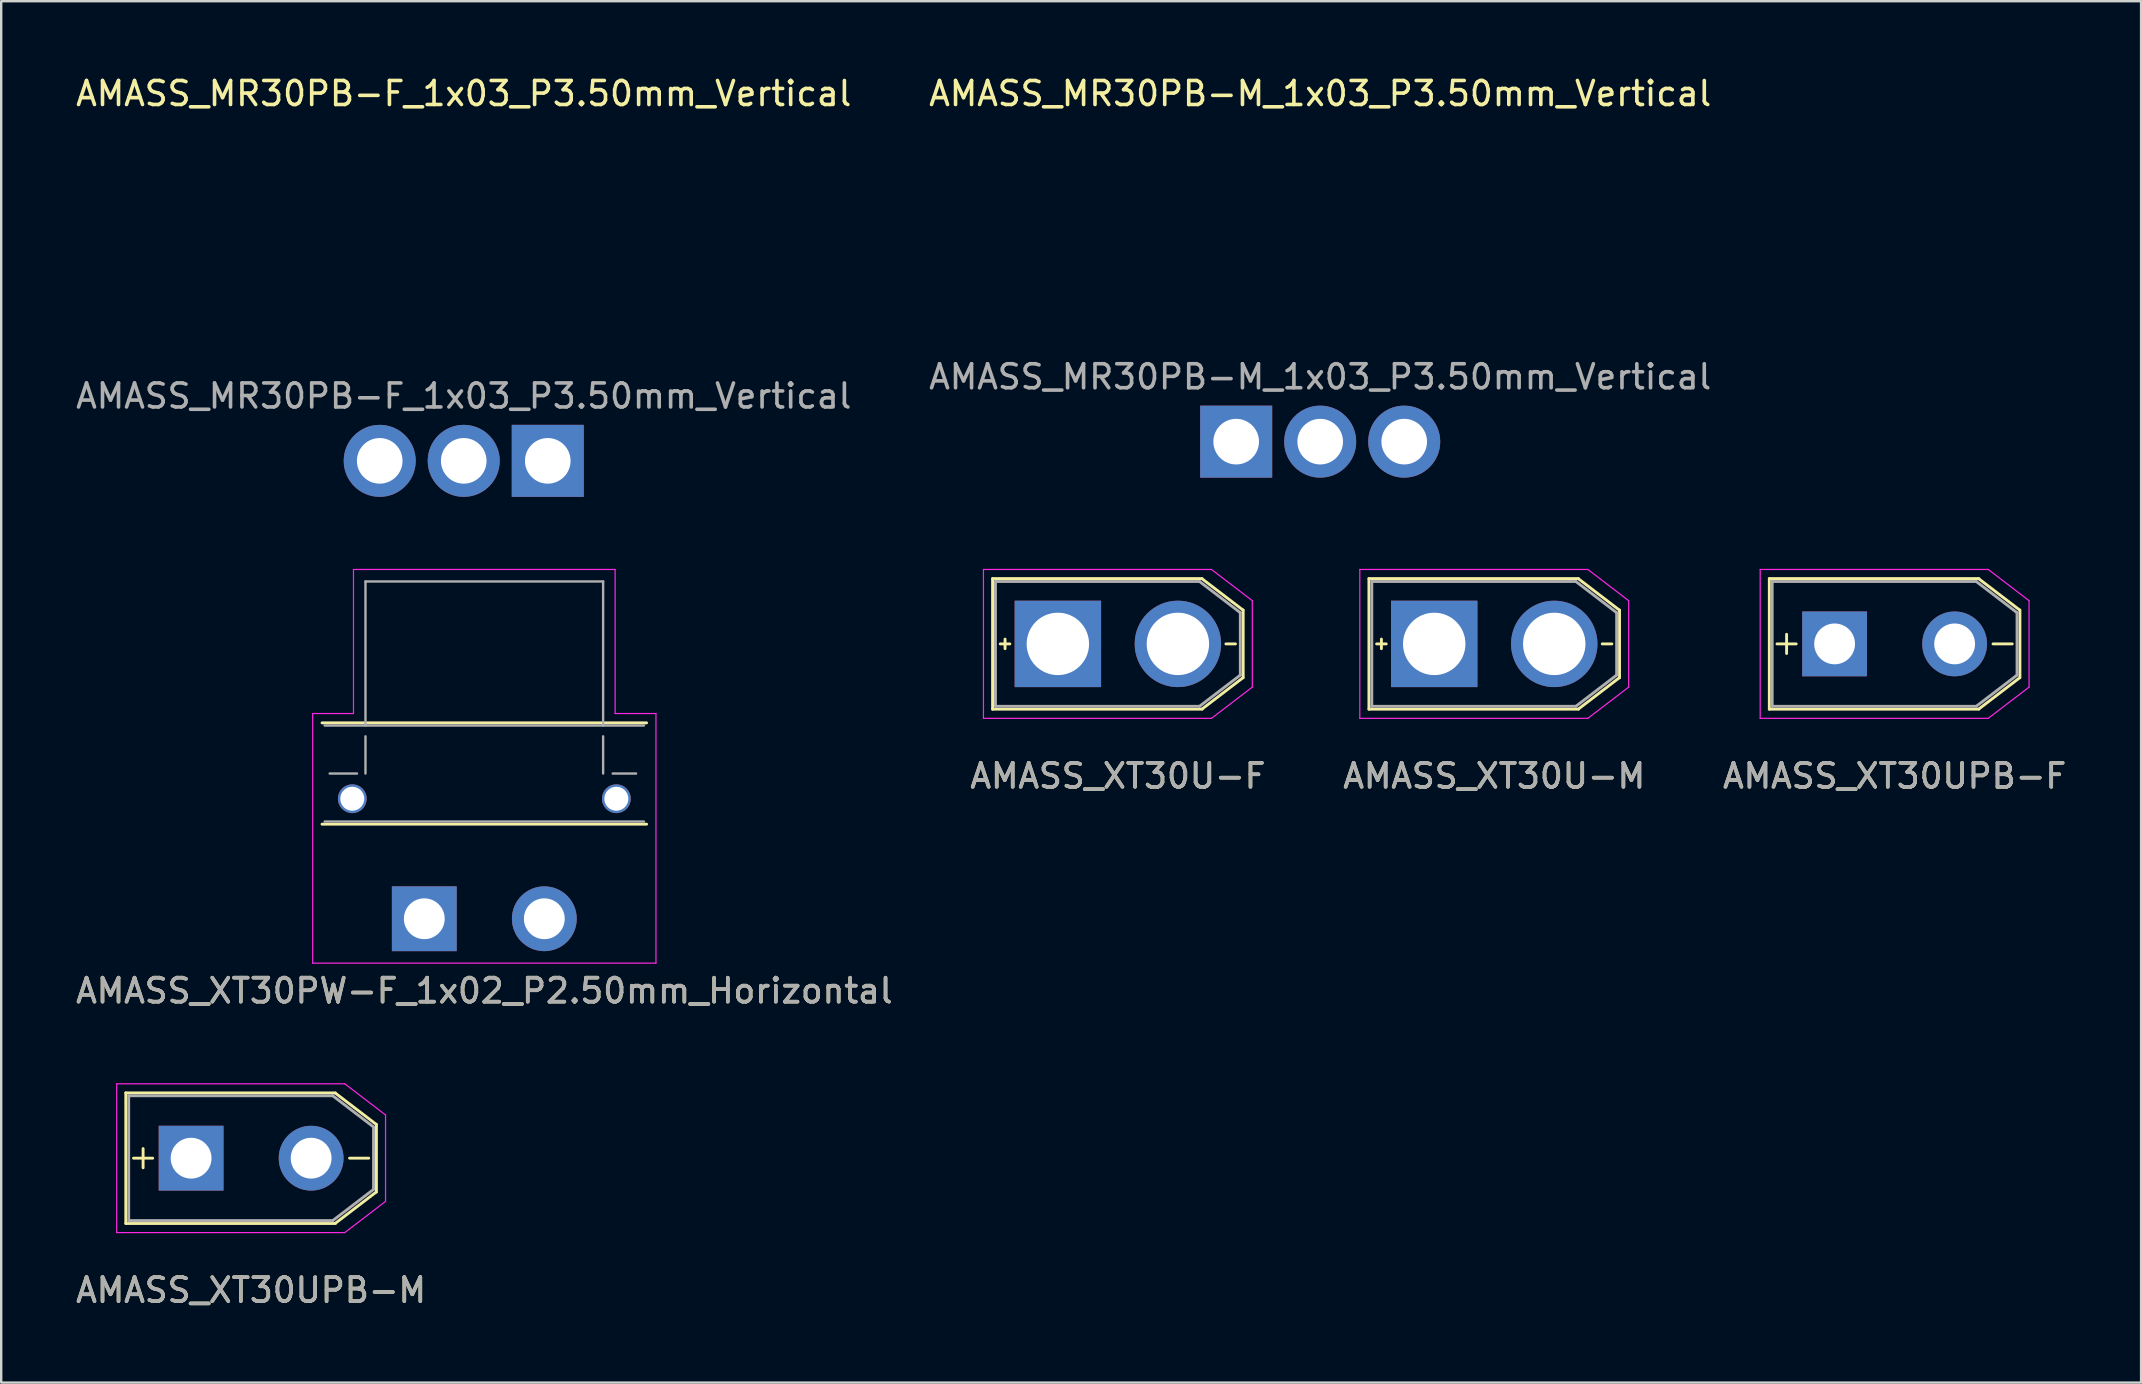
<source format=kicad_pcb>
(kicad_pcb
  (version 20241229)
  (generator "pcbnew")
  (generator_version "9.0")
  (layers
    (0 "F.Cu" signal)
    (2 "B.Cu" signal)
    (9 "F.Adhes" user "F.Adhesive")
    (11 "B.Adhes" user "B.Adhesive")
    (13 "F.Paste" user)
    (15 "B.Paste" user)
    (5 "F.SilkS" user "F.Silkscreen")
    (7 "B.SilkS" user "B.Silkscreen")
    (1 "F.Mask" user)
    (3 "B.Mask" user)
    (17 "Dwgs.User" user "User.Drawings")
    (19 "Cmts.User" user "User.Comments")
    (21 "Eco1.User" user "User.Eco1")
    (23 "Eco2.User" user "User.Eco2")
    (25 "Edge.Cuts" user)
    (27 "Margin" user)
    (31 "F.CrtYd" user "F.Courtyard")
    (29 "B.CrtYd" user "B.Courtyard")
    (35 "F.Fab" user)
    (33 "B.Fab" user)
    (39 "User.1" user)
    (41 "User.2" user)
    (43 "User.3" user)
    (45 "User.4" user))
  (footprint "AMASS_XT30U-M"
    (layer "F.Cu")
    (at 56.696 23.773)
    (property "Reference" "AMASS_XT30U-M" (at 2.5 5.5 0) (layer "F.SilkS") (effects (font (size 1 1) (thickness 0.15))))
    (attr through_hole)
    (fp_line (start -2.72 -2.72) (end -2.72 2.72) (stroke (width 0.12) (type solid)) (layer "F.SilkS"))
    (fp_line (start -2.72 -2.72) (end 6.01 -2.72) (stroke (width 0.12) (type solid)) (layer "F.SilkS"))
    (fp_line (start -2.72 2.72) (end 6.01 2.72) (stroke (width 0.12) (type solid)) (layer "F.SilkS"))
    (fp_line (start -2.4 0) (end -2 0) (stroke (width 0.12) (type solid)) (layer "F.SilkS"))
    (fp_line (start -2.2 -0.2) (end -2.2 0.2) (stroke (width 0.12) (type solid)) (layer "F.SilkS"))
    (fp_line (start 6.01 -2.71) (end 7.71 -1.41) (stroke (width 0.12) (type solid)) (layer "F.SilkS"))
    (fp_line (start 6.01 2.71) (end 7.71 1.41) (stroke (width 0.12) (type solid)) (layer "F.SilkS"))
    (fp_line (start 7 0) (end 7.4 0) (stroke (width 0.12) (type solid)) (layer "F.SilkS"))
    (fp_line (start 7.72 -1.41) (end 7.72 1.41) (stroke (width 0.12) (type solid)) (layer "F.SilkS"))
    (fp_line (start -3.1 -3.1) (end -3.1 3.1) (stroke (width 0.05) (type solid)) (layer "F.CrtYd"))
    (fp_line (start -3.1 -3.1) (end 6.4 -3.1) (stroke (width 0.05) (type solid)) (layer "F.CrtYd"))
    (fp_line (start -3.1 3.1) (end 6.4 3.1) (stroke (width 0.05) (type solid)) (layer "F.CrtYd"))
    (fp_line (start 6.4 -3.1) (end 8.1 -1.8) (stroke (width 0.05) (type solid)) (layer "F.CrtYd"))
    (fp_line (start 6.4 3.1) (end 8.1 1.8) (stroke (width 0.05) (type solid)) (layer "F.CrtYd"))
    (fp_line (start 8.1 -1.8) (end 8.1 1.8) (stroke (width 0.05) (type solid)) (layer "F.CrtYd"))
    (fp_line (start -2.6 -2.6) (end -2.6 2.6) (stroke (width 0.12) (type solid)) (layer "F.Fab"))
    (fp_line (start -2.6 -2.6) (end 5.9 -2.6) (stroke (width 0.12) (type solid)) (layer "F.Fab"))
    (fp_line (start -2.6 2.6) (end 5.9 2.6) (stroke (width 0.12) (type solid)) (layer "F.Fab"))
    (fp_line (start 5.9 -2.6) (end 7.6 -1.3) (stroke (width 0.12) (type solid)) (layer "F.Fab"))
    (fp_line (start 5.9 2.6) (end 7.6 1.3) (stroke (width 0.12) (type solid)) (layer "F.Fab"))
    (fp_line (start 7.6 -1.3) (end 7.6 1.3) (stroke (width 0.12) (type solid)) (layer "F.Fab"))
    (fp_text user "${REFERENCE}" (at 2.5 5.5 0) (layer "F.Fab") (effects (font (size 1 1) (thickness 0.15))))
    (pad "1" thru_hole rect (at 0 0) (size 3.6 3.6) (drill 2.6) (layers "*.Cu" "*.Mask"))
    (pad "2" thru_hole circle (at 5 0) (size 3.6 3.6) (drill 2.6) (layers "*.Cu" "*.Mask")))
  (footprint "AMASS_XT30PW-F_1x02_P2.50mm_Horizontal"
    (layer "F.Cu")
    (at 14.625 35.223)
    (property "Reference" "AMASS_XT30PW-F_1x02_P2.50mm_Horizontal" (at 2.5 3 0) (layer "F.SilkS") (effects (font (size 1 1) (thickness 0.15))))
    (attr through_hole)
    (fp_line (start -4.26 -8.16) (end 9.26 -8.16) (stroke (width 0.12) (type solid)) (layer "F.SilkS"))
    (fp_line (start -4.26 -3.94) (end 9.26 -3.94) (stroke (width 0.12) (type solid)) (layer "F.SilkS"))
    (fp_line (start -4.65 -8.55) (end -4.65 1.85) (stroke (width 0.05) (type solid)) (layer "F.CrtYd"))
    (fp_line (start -4.65 -8.55) (end -2.95 -8.55) (stroke (width 0.05) (type solid)) (layer "F.CrtYd"))
    (fp_line (start -4.65 1.85) (end 9.65 1.85) (stroke (width 0.05) (type solid)) (layer "F.CrtYd"))
    (fp_line (start -2.95 -14.55) (end -2.95 -8.55) (stroke (width 0.05) (type solid)) (layer "F.CrtYd"))
    (fp_line (start -2.95 -14.55) (end 7.95 -14.55) (stroke (width 0.05) (type solid)) (layer "F.CrtYd"))
    (fp_line (start 7.95 -14.55) (end 7.95 -8.55) (stroke (width 0.05) (type solid)) (layer "F.CrtYd"))
    (fp_line (start 7.95 -8.55) (end 9.65 -8.55) (stroke (width 0.05) (type solid)) (layer "F.CrtYd"))
    (fp_line (start 9.65 -8.55) (end 9.65 1.85) (stroke (width 0.05) (type solid)) (layer "F.CrtYd"))
    (fp_line (start -4.15 -8.05) (end 9.15 -8.05) (stroke (width 0.1) (type solid)) (layer "F.Fab"))
    (fp_line (start -4.15 -4.05) (end 9.15 -4.05) (stroke (width 0.1) (type solid)) (layer "F.Fab"))
    (fp_line (start -3.942 -6.05) (end -2.804 -6.05) (stroke (width 0.1) (type solid)) (layer "F.Fab"))
    (fp_line (start -2.45 -14.05) (end -2.45 -8.05) (stroke (width 0.1) (type solid)) (layer "F.Fab"))
    (fp_line (start -2.45 -14.05) (end 7.45 -14.05) (stroke (width 0.1) (type solid)) (layer "F.Fab"))
    (fp_line (start -2.45 -7.6) (end -2.45 -6.05) (stroke (width 0.1) (type solid)) (layer "F.Fab"))
    (fp_line (start 7.45 -14.05) (end 7.45 -8.05) (stroke (width 0.1) (type solid)) (layer "F.Fab"))
    (fp_line (start 7.45 -7.6) (end 7.45 -6.05) (stroke (width 0.1) (type solid)) (layer "F.Fab"))
    (fp_line (start 7.849 -6.05) (end 8.824 -6.05) (stroke (width 0.1) (type solid)) (layer "F.Fab"))
    (fp_text user "${REFERENCE}" (at 2.5 3 0) (layer "F.Fab") (effects (font (size 1 1) (thickness 0.15))))
    (pad "" thru_hole circle (at -3 -5 90) (size 1.2 1.2) (drill 1) (layers "*.Cu" "*.Mask"))
    (pad "" thru_hole circle (at 8 -5) (size 1.2 1.2) (drill 1) (layers "*.Cu" "*.Mask"))
    (pad "1" thru_hole rect (at 0 0) (size 2.7 2.7) (drill 1.7) (layers "*.Cu" "*.Mask"))
    (pad "2" thru_hole circle (at 5 0) (size 2.7 2.7) (drill 1.7) (layers "*.Cu" "*.Mask")))
  (footprint "AMASS_MR30PB-M_1x03_P3.50mm_Vertical"
    (layer "F.Cu")
    (at 48.446 15.348)
    (property "Reference" "AMASS_MR30PB-M_1x03_P3.50mm_Vertical" (at 3.5 -14.5 0) (layer "F.SilkS") (effects (font (size 1 1) (thickness 0.15))))
    (attr through_hole)
    (fp_text user "${REFERENCE}" (at 3.5 -2.7 0) (layer "F.Fab") (effects (font (size 1 1) (thickness 0.15))))
    (pad "1" thru_hole rect (at 0 0) (size 3 3) (drill 1.9) (layers "*.Cu" "*.Mask"))
    (pad "2" thru_hole circle (at 3.5 0) (size 3 3) (drill 1.9) (layers "*.Cu" "*.Mask"))
    (pad "3" thru_hole circle (at 7 0) (size 3 3) (drill 1.9) (layers "*.Cu" "*.Mask")))
  (footprint "AMASS_XT30UPB-M"
    (layer "F.Cu")
    (at 4.911 45.197)
    (property "Reference" "AMASS_XT30UPB-M" (at 2.5 5.5 0) (layer "F.SilkS") (effects (font (size 1 1) (thickness 0.15))))
    (attr through_hole)
    (fp_line (start -2.72 -2.72) (end -2.72 2.72) (stroke (width 0.12) (type solid)) (layer "F.SilkS"))
    (fp_line (start -2.72 -2.72) (end 6.01 -2.72) (stroke (width 0.12) (type solid)) (layer "F.SilkS"))
    (fp_line (start -2.72 2.72) (end 6.01 2.72) (stroke (width 0.12) (type solid)) (layer "F.SilkS"))
    (fp_line (start -2.4 0) (end -1.6 0) (stroke (width 0.12) (type solid)) (layer "F.SilkS"))
    (fp_line (start -2 -0.4) (end -2 0.4) (stroke (width 0.12) (type solid)) (layer "F.SilkS"))
    (fp_line (start 6.01 -2.71) (end 7.71 -1.41) (stroke (width 0.12) (type solid)) (layer "F.SilkS"))
    (fp_line (start 6.01 2.71) (end 7.71 1.41) (stroke (width 0.12) (type solid)) (layer "F.SilkS"))
    (fp_line (start 6.6 0) (end 7.4 0) (stroke (width 0.12) (type solid)) (layer "F.SilkS"))
    (fp_line (start 7.72 -1.41) (end 7.72 1.41) (stroke (width 0.12) (type solid)) (layer "F.SilkS"))
    (fp_line (start -3.1 -3.1) (end -3.1 3.1) (stroke (width 0.05) (type solid)) (layer "F.CrtYd"))
    (fp_line (start -3.1 -3.1) (end 6.4 -3.1) (stroke (width 0.05) (type solid)) (layer "F.CrtYd"))
    (fp_line (start -3.1 3.1) (end 6.4 3.1) (stroke (width 0.05) (type solid)) (layer "F.CrtYd"))
    (fp_line (start 6.4 -3.1) (end 8.1 -1.8) (stroke (width 0.05) (type solid)) (layer "F.CrtYd"))
    (fp_line (start 6.4 3.1) (end 8.1 1.8) (stroke (width 0.05) (type solid)) (layer "F.CrtYd"))
    (fp_line (start 8.1 -1.8) (end 8.1 1.8) (stroke (width 0.05) (type solid)) (layer "F.CrtYd"))
    (fp_line (start -2.6 -2.6) (end -2.6 2.6) (stroke (width 0.12) (type solid)) (layer "F.Fab"))
    (fp_line (start -2.6 -2.6) (end 5.9 -2.6) (stroke (width 0.12) (type solid)) (layer "F.Fab"))
    (fp_line (start -2.6 2.6) (end 5.9 2.6) (stroke (width 0.12) (type solid)) (layer "F.Fab"))
    (fp_line (start 5.9 -2.6) (end 7.6 -1.3) (stroke (width 0.12) (type solid)) (layer "F.Fab"))
    (fp_line (start 5.9 2.6) (end 7.6 1.3) (stroke (width 0.12) (type solid)) (layer "F.Fab"))
    (fp_line (start 7.6 -1.3) (end 7.6 1.3) (stroke (width 0.12) (type solid)) (layer "F.Fab"))
    (fp_text user "${REFERENCE}" (at 2.5 5.5 0) (layer "F.Fab") (effects (font (size 1 1) (thickness 0.15))))
    (pad "1" thru_hole rect (at 0 0) (size 2.7 2.7) (drill 1.7) (layers "*.Cu" "*.Mask"))
    (pad "2" thru_hole circle (at 5 0) (size 2.7 2.7) (drill 1.7) (layers "*.Cu" "*.Mask")))
  (footprint "AMASS_MR30PB-F_1x03_P3.50mm_Vertical"
    (layer "F.Cu")
    (at 19.768 16.148)
    (property "Reference" "AMASS_MR30PB-F_1x03_P3.50mm_Vertical" (at -3.5 -15.3 0) (layer "F.SilkS") (effects (font (size 1 1) (thickness 0.15))))
    (attr through_hole)
    (fp_text user "${REFERENCE}" (at -3.5 -2.7 0) (layer "F.Fab") (effects (font (size 1 1) (thickness 0.15))))
    (pad "1" thru_hole rect (at 0 0) (size 3 3) (drill 1.9) (layers "*.Cu" "*.Mask"))
    (pad "2" thru_hole circle (at -3.5 0) (size 3 3) (drill 1.9) (layers "*.Cu" "*.Mask"))
    (pad "3" thru_hole circle (at -7 0) (size 3 3) (drill 1.9) (layers "*.Cu" "*.Mask")))
  (footprint "AMASS_XT30U-F"
    (layer "F.Cu")
    (at 41.018 23.773)
    (property "Reference" "AMASS_XT30U-F" (at 2.5 5.5 0) (layer "F.SilkS") (effects (font (size 1 1) (thickness 0.15))))
    (attr through_hole)
    (fp_line (start -2.72 -2.72) (end -2.72 2.72) (stroke (width 0.12) (type solid)) (layer "F.SilkS"))
    (fp_line (start -2.72 -2.72) (end 6.01 -2.72) (stroke (width 0.12) (type solid)) (layer "F.SilkS"))
    (fp_line (start -2.72 2.72) (end 6.01 2.72) (stroke (width 0.12) (type solid)) (layer "F.SilkS"))
    (fp_line (start -2.4 0) (end -2 0) (stroke (width 0.12) (type solid)) (layer "F.SilkS"))
    (fp_line (start -2.2 -0.2) (end -2.2 0.2) (stroke (width 0.12) (type solid)) (layer "F.SilkS"))
    (fp_line (start 6.01 -2.71) (end 7.71 -1.41) (stroke (width 0.12) (type solid)) (layer "F.SilkS"))
    (fp_line (start 6.01 2.71) (end 7.71 1.41) (stroke (width 0.12) (type solid)) (layer "F.SilkS"))
    (fp_line (start 7 0) (end 7.4 0) (stroke (width 0.12) (type solid)) (layer "F.SilkS"))
    (fp_line (start 7.72 -1.41) (end 7.72 1.41) (stroke (width 0.12) (type solid)) (layer "F.SilkS"))
    (fp_line (start -3.1 -3.1) (end -3.1 3.1) (stroke (width 0.05) (type solid)) (layer "F.CrtYd"))
    (fp_line (start -3.1 -3.1) (end 6.4 -3.1) (stroke (width 0.05) (type solid)) (layer "F.CrtYd"))
    (fp_line (start -3.1 3.1) (end 6.4 3.1) (stroke (width 0.05) (type solid)) (layer "F.CrtYd"))
    (fp_line (start 6.4 -3.1) (end 8.1 -1.8) (stroke (width 0.05) (type solid)) (layer "F.CrtYd"))
    (fp_line (start 6.4 3.1) (end 8.1 1.8) (stroke (width 0.05) (type solid)) (layer "F.CrtYd"))
    (fp_line (start 8.1 -1.8) (end 8.1 1.8) (stroke (width 0.05) (type solid)) (layer "F.CrtYd"))
    (fp_line (start -2.6 -2.6) (end -2.6 2.6) (stroke (width 0.12) (type solid)) (layer "F.Fab"))
    (fp_line (start -2.6 -2.6) (end 5.9 -2.6) (stroke (width 0.12) (type solid)) (layer "F.Fab"))
    (fp_line (start -2.6 2.6) (end 5.9 2.6) (stroke (width 0.12) (type solid)) (layer "F.Fab"))
    (fp_line (start 5.9 -2.6) (end 7.6 -1.3) (stroke (width 0.12) (type solid)) (layer "F.Fab"))
    (fp_line (start 5.9 2.6) (end 7.6 1.3) (stroke (width 0.12) (type solid)) (layer "F.Fab"))
    (fp_line (start 7.6 -1.3) (end 7.6 1.3) (stroke (width 0.12) (type solid)) (layer "F.Fab"))
    (fp_text user "${REFERENCE}" (at 2.5 5.5 0) (layer "F.Fab") (effects (font (size 1 1) (thickness 0.15))))
    (pad "1" thru_hole rect (at 0 0) (size 3.6 3.6) (drill 2.6) (layers "*.Cu" "*.Mask"))
    (pad "2" thru_hole circle (at 5 0) (size 3.6 3.6) (drill 2.6) (layers "*.Cu" "*.Mask")))
  (footprint "AMASS_XT30UPB-F"
    (layer "F.Cu")
    (at 73.375 23.773)
    (property "Reference" "AMASS_XT30UPB-F" (at 2.5 5.5 0) (layer "F.SilkS") (effects (font (size 1 1) (thickness 0.15))))
    (attr through_hole)
    (fp_line (start -2.72 -2.72) (end -2.72 2.72) (stroke (width 0.12) (type solid)) (layer "F.SilkS"))
    (fp_line (start -2.72 -2.72) (end 6.01 -2.72) (stroke (width 0.12) (type solid)) (layer "F.SilkS"))
    (fp_line (start -2.72 2.72) (end 6.01 2.72) (stroke (width 0.12) (type solid)) (layer "F.SilkS"))
    (fp_line (start -2.4 0) (end -1.6 0) (stroke (width 0.12) (type solid)) (layer "F.SilkS"))
    (fp_line (start -2 -0.4) (end -2 0.4) (stroke (width 0.12) (type solid)) (layer "F.SilkS"))
    (fp_line (start 6.01 -2.71) (end 7.71 -1.41) (stroke (width 0.12) (type solid)) (layer "F.SilkS"))
    (fp_line (start 6.01 2.71) (end 7.71 1.41) (stroke (width 0.12) (type solid)) (layer "F.SilkS"))
    (fp_line (start 6.6 0) (end 7.4 0) (stroke (width 0.12) (type solid)) (layer "F.SilkS"))
    (fp_line (start 7.72 -1.41) (end 7.72 1.41) (stroke (width 0.12) (type solid)) (layer "F.SilkS"))
    (fp_line (start -3.1 -3.1) (end -3.1 3.1) (stroke (width 0.05) (type solid)) (layer "F.CrtYd"))
    (fp_line (start -3.1 -3.1) (end 6.4 -3.1) (stroke (width 0.05) (type solid)) (layer "F.CrtYd"))
    (fp_line (start -3.1 3.1) (end 6.4 3.1) (stroke (width 0.05) (type solid)) (layer "F.CrtYd"))
    (fp_line (start 6.4 -3.1) (end 8.1 -1.8) (stroke (width 0.05) (type solid)) (layer "F.CrtYd"))
    (fp_line (start 6.4 3.1) (end 8.1 1.8) (stroke (width 0.05) (type solid)) (layer "F.CrtYd"))
    (fp_line (start 8.1 -1.8) (end 8.1 1.8) (stroke (width 0.05) (type solid)) (layer "F.CrtYd"))
    (fp_line (start -2.6 -2.6) (end -2.6 2.6) (stroke (width 0.12) (type solid)) (layer "F.Fab"))
    (fp_line (start -2.6 -2.6) (end 5.9 -2.6) (stroke (width 0.12) (type solid)) (layer "F.Fab"))
    (fp_line (start -2.6 2.6) (end 5.9 2.6) (stroke (width 0.12) (type solid)) (layer "F.Fab"))
    (fp_line (start 5.9 -2.6) (end 7.6 -1.3) (stroke (width 0.12) (type solid)) (layer "F.Fab"))
    (fp_line (start 5.9 2.6) (end 7.6 1.3) (stroke (width 0.12) (type solid)) (layer "F.Fab"))
    (fp_line (start 7.6 -1.3) (end 7.6 1.3) (stroke (width 0.12) (type solid)) (layer "F.Fab"))
    (fp_text user "${REFERENCE}" (at 2.5 5.5 0) (layer "F.Fab") (effects (font (size 1 1) (thickness 0.15))))
    (pad "1" thru_hole rect (at 0 0) (size 2.7 2.7) (drill 1.7) (layers "*.Cu" "*.Mask"))
    (pad "2" thru_hole circle (at 5 0) (size 2.7 2.7) (drill 1.7) (layers "*.Cu" "*.Mask")))
  (gr_rect
    (start -3 -3)
    (end 86.143 54.545)
    (stroke (width 0.1) (type default))
    (fill no)
    (layer "Edge.Cuts")))
</source>
